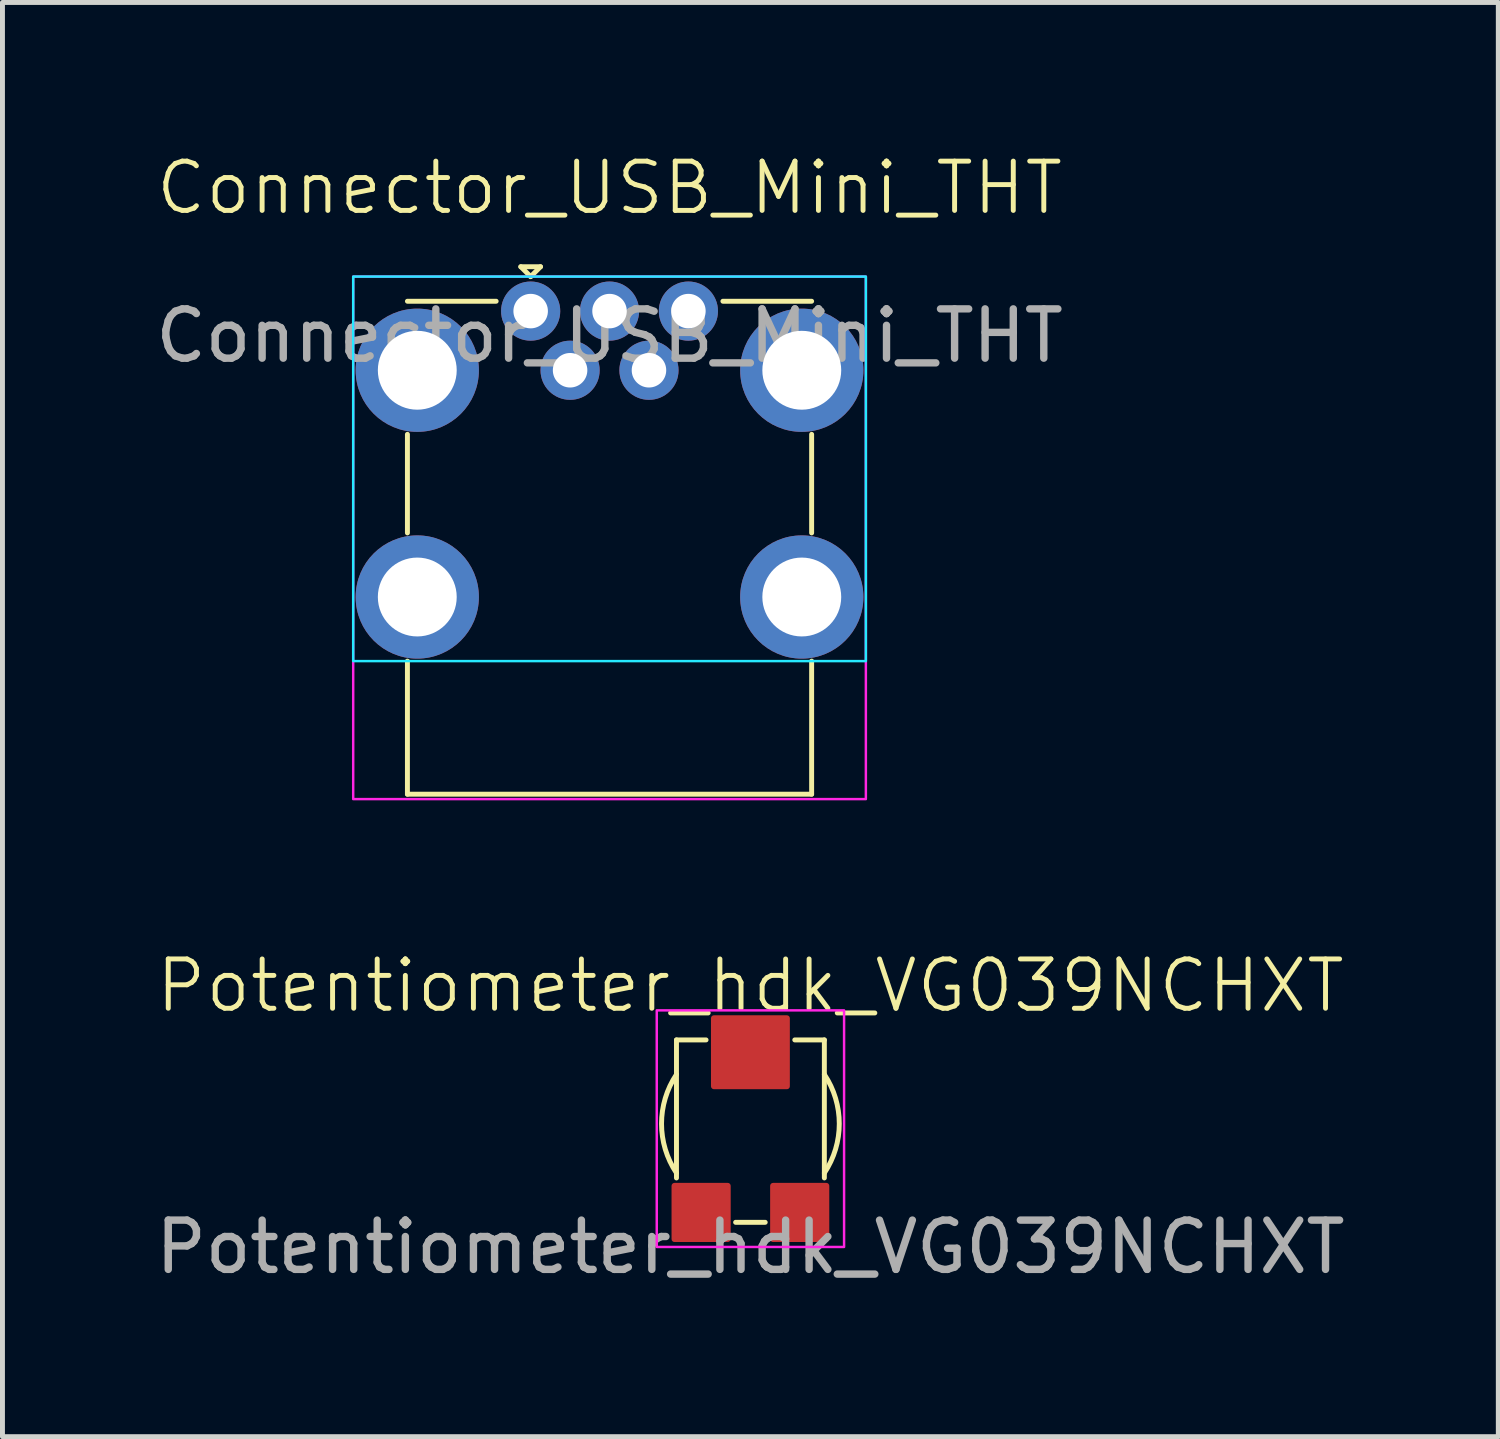
<source format=kicad_pcb>
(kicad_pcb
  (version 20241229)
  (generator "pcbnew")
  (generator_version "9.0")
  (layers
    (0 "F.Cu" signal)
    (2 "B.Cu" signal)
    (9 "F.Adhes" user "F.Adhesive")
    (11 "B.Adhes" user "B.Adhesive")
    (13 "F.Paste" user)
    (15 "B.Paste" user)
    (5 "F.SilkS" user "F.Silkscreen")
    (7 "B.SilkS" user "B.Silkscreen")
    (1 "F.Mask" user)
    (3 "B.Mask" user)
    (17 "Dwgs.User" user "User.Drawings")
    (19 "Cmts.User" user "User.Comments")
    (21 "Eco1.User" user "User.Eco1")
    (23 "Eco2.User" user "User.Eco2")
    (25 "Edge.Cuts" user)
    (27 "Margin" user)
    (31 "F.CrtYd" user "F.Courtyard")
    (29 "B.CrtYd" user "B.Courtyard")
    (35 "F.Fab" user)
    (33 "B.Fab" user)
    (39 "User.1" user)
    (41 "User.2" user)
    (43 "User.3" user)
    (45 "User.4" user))
  (footprint "Connector_USB_Mini_THT"
    (layer "F.Cu")
    (at 9.315 7.861)
    (property "Reference" "Connector_USB_Mini_THT" (at 0 -7.1 0) (unlocked yes) (layer "F.SilkS") (effects (font (size 1 1) (thickness 0.1))))
    (attr through_hole)
    (fp_line (start -4.1 -0.1) (end -4.1 -2.1) (stroke (width 0.1) (type default)) (layer "F.SilkS"))
    (fp_line (start -4.1 5.2) (end -4.1 2.5) (stroke (width 0.1) (type default)) (layer "F.SilkS"))
    (fp_line (start -2.3 -4.8) (end -4.1 -4.8) (stroke (width 0.1) (type default)) (layer "F.SilkS"))
    (fp_line (start -1.8 -5.5) (end -1.4 -5.5) (stroke (width 0.1) (type default)) (layer "F.SilkS"))
    (fp_line (start -1.6 -5.3) (end -1.8 -5.5) (stroke (width 0.1) (type default)) (layer "F.SilkS"))
    (fp_line (start -1.4 -5.5) (end -1.6 -5.3) (stroke (width 0.1) (type default)) (layer "F.SilkS"))
    (fp_line (start 2.3 -4.8) (end 4.1 -4.8) (stroke (width 0.1) (type default)) (layer "F.SilkS"))
    (fp_line (start 4.1 -2.1) (end 4.1 -0.1) (stroke (width 0.1) (type default)) (layer "F.SilkS"))
    (fp_line (start 4.1 2.5) (end 4.1 5.2) (stroke (width 0.1) (type default)) (layer "F.SilkS"))
    (fp_line (start 4.1 5.2) (end -4.1 5.2) (stroke (width 0.1) (type default)) (layer "F.SilkS"))
    (fp_rect (start -5.2 -5.3) (end 5.2 2.5) (stroke (width 0.05) (type default)) (fill no) (layer "B.CrtYd"))
    (fp_rect (start -5.2 -5.3) (end 5.2 5.3) (stroke (width 0.05) (type default)) (fill no) (layer "F.CrtYd"))
    (fp_text user "${REFERENCE}" (at 0 -4.1 0) (unlocked yes) (layer "F.Fab") (effects (font (size 1 1) (thickness 0.15))))
    (pad "1" thru_hole circle (at -1.6 -4.6) (size 1.2 1.2) (drill 0.7) (layers "*.Cu" "*.Mask"))
    (pad "2" thru_hole circle (at -0.8 -3.4) (size 1.2 1.2) (drill 0.7) (layers "*.Cu" "*.Mask"))
    (pad "3" thru_hole circle (at 0 -4.6) (size 1.2 1.2) (drill 0.7) (layers "*.Cu" "*.Mask"))
    (pad "4" thru_hole circle (at 0.8 -3.4) (size 1.2 1.2) (drill 0.7) (layers "*.Cu" "*.Mask"))
    (pad "5" thru_hole circle (at 1.6 -4.6) (size 1.2 1.2) (drill 0.7) (layers "*.Cu" "*.Mask"))
    (pad "6" thru_hole circle (at -3.9 -3.4) (size 2.5 2.5) (drill 1.6) (layers "*.Cu" "*.Mask"))
    (pad "6" thru_hole circle (at -3.9 1.2) (size 2.5 2.5) (drill 1.6) (layers "*.Cu" "*.Mask"))
    (pad "6" thru_hole circle (at 3.9 -3.4) (size 2.5 2.5) (drill 1.6) (layers "*.Cu" "*.Mask"))
    (pad "6" thru_hole circle (at 3.9 1.2) (size 2.5 2.5) (drill 1.6) (layers "*.Cu" "*.Mask")))
  (footprint "Potentiometer_hdk_VG039NCHXT"
    (layer "F.Cu")
    (at 12.173 19.746)
    (property "Reference" "Potentiometer_hdk_VG039NCHXT" (at 0 -2.8 0) (unlocked yes) (layer "F.SilkS") (effects (font (size 1 1) (thickness 0.1))))
    (attr smd)
    (fp_line (start -1.5 -1.7) (end -1.5 1.1) (stroke (width 0.1) (type default)) (layer "F.SilkS"))
    (fp_line (start -0.9 -1.7) (end -1.5 -1.7) (stroke (width 0.1) (type default)) (layer "F.SilkS"))
    (fp_line (start -0.3 2) (end 0.3 2) (stroke (width 0.1) (type default)) (layer "F.SilkS"))
    (fp_line (start 1.5 -1.7) (end 0.9 -1.7) (stroke (width 0.1) (type default)) (layer "F.SilkS"))
    (fp_line (start 1.5 1.1) (end 1.5 -1.7) (stroke (width 0.1) (type default)) (layer "F.SilkS"))
    (fp_arc (start -1.499999 1) (mid -1.802775 0) (end -1.499999 -1) (stroke (width 0.1) (type default)) (layer "F.SilkS"))
    (fp_arc (start 1.499999 -1) (mid 1.802775 0) (end 1.499999 1) (stroke (width 0.1) (type default)) (layer "F.SilkS"))
    (fp_rect (start -1.9 -2.3) (end 1.9 2.5) (stroke (width 0.05) (type default)) (fill no) (layer "F.CrtYd"))
    (fp_circle (center 0 0) (end 1.8 0) (stroke (width 0.1) (type default)) (fill no) (layer "User.1"))
    (fp_text user "${REFERENCE}" (at 0 2.5 0) (unlocked yes) (layer "F.Fab") (effects (font (size 1 1) (thickness 0.15))))
    (pad "1" smd roundrect (at -1 1.8) (size 1.2 1.2) (layers "F.Cu" "F.Mask" "F.Paste") (roundrect_rratio 0.05))
    (pad "2" smd roundrect (at 0 -1.45) (size 1.6 1.5) (layers "F.Cu" "F.Mask" "F.Paste") (roundrect_rratio 0.04))
    (pad "3" smd roundrect (at 1 1.8) (size 1.2 1.2) (layers "F.Cu" "F.Mask" "F.Paste") (roundrect_rratio 0.05)))
  (gr_rect
    (start -3 -3)
    (end 27.345 26.094)
    (stroke (width 0.1) (type default))
    (fill no)
    (layer "Edge.Cuts")))
</source>
